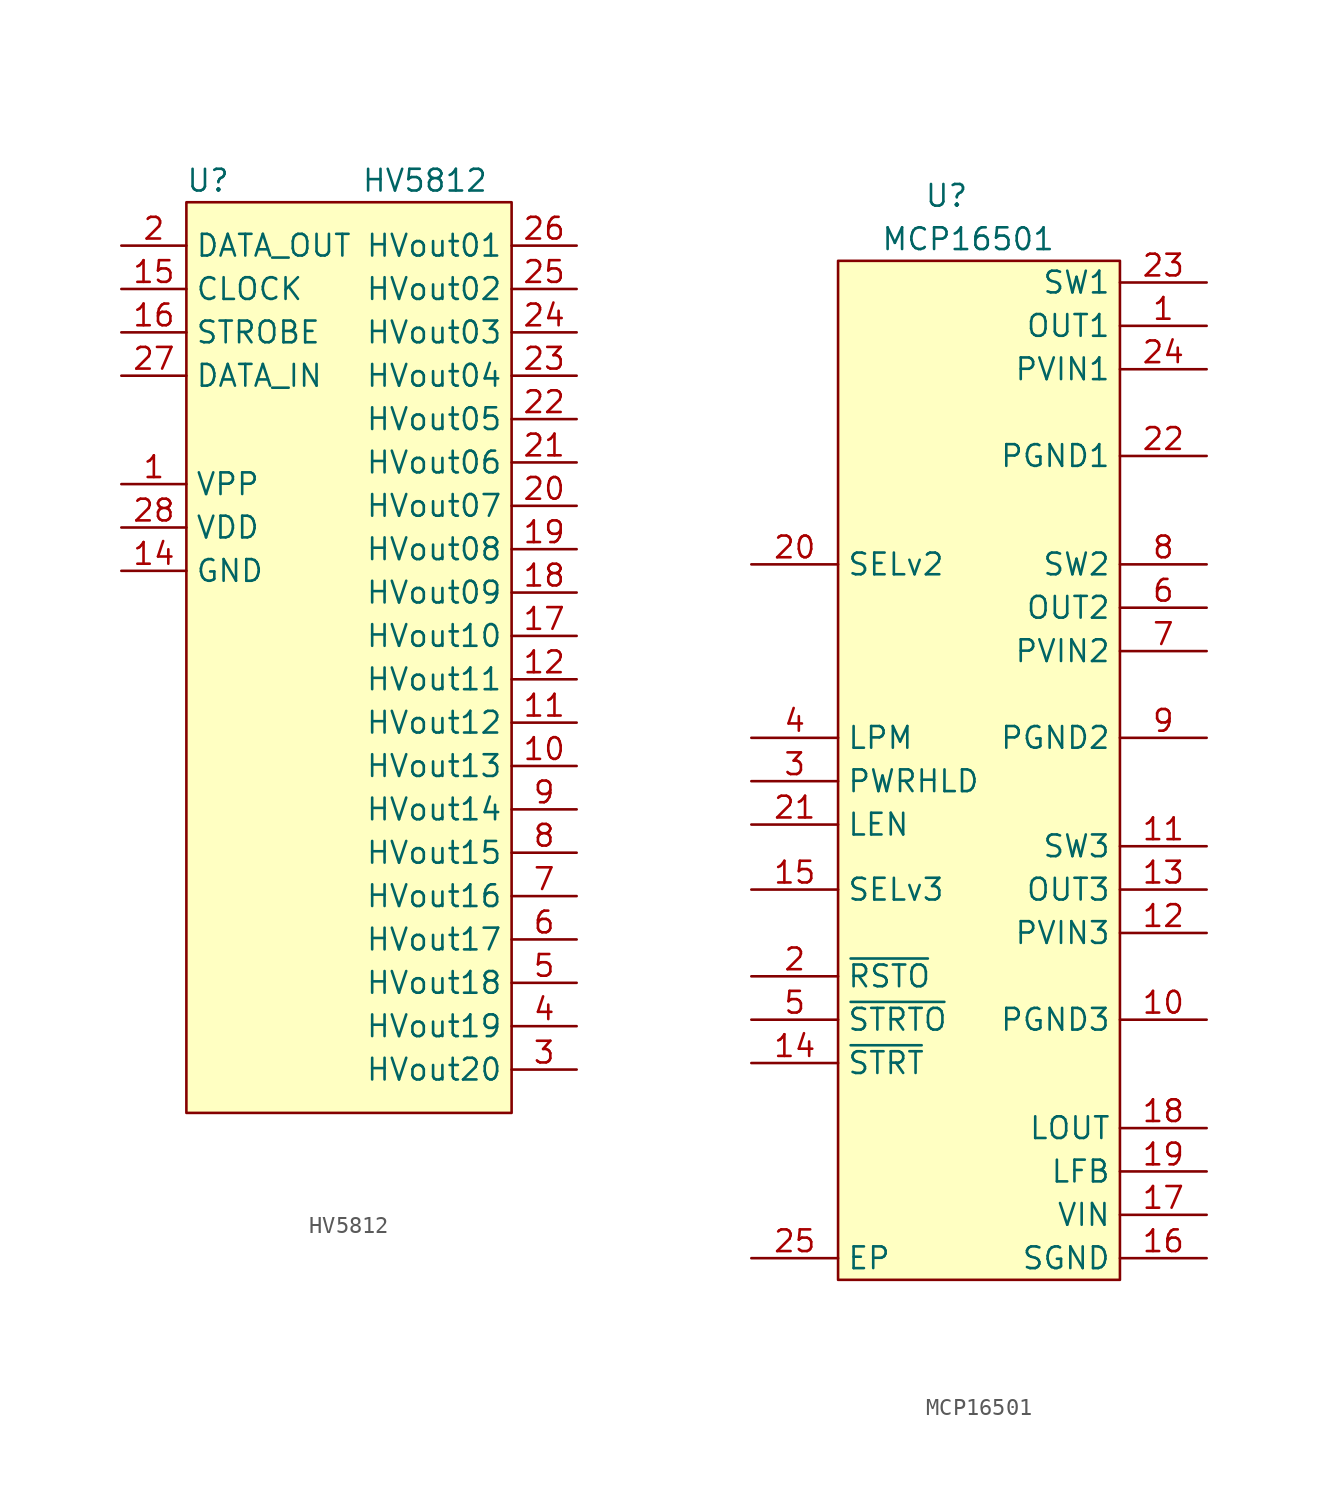
<source format=kicad_sym>
(kicad_symbol_lib
  (version 20211014)
  (generator kicad_symbol_editor)
  (symbol "HV5812"
    (property "Reference" "U"
      (at -8.89 1.27 0)
      (effects (font (size 1.27 1.27))))
    (property "Value" "HV5812"
      (at 3.81 1.27 0)
      (effects (font (size 1.27 1.27))))
    (symbol "HV5812_0_1"
      (rectangle (start -10.16 0) (end 8.89 -53.34) (stroke (width 0.152) (type default) (color 0 0 0 0)) (fill (type background))))
    (symbol "HV5812_1_1"
      (pin passive line (at -13.97 -16.51 0) (length 3.81) (name "VPP" (effects (font (size 1.27 1.27)))) (number "1" (effects (font (size 1.27 1.27)))))
      (pin passive line (at 12.7 -33.02 180) (length 3.81) (name "HVout13" (effects (font (size 1.27 1.27)))) (number "10" (effects (font (size 1.27 1.27)))))
      (pin passive line (at 12.7 -30.48 180) (length 3.81) (name "HVout12" (effects (font (size 1.27 1.27)))) (number "11" (effects (font (size 1.27 1.27)))))
      (pin passive line (at 12.7 -27.94 180) (length 3.81) (name "HVout11" (effects (font (size 1.27 1.27)))) (number "12" (effects (font (size 1.27 1.27)))))
      (pin passive line (at -13.97 -21.59 0) (length 3.81) (name "GND" (effects (font (size 1.27 1.27)))) (number "14" (effects (font (size 1.27 1.27)))))
      (pin passive line (at -13.97 -5.08 0) (length 3.81) (name "CLOCK" (effects (font (size 1.27 1.27)))) (number "15" (effects (font (size 1.27 1.27)))))
      (pin passive line (at -13.97 -7.62 0) (length 3.81) (name "STROBE" (effects (font (size 1.27 1.27)))) (number "16" (effects (font (size 1.27 1.27)))))
      (pin passive line (at 12.7 -25.4 180) (length 3.81) (name "HVout10" (effects (font (size 1.27 1.27)))) (number "17" (effects (font (size 1.27 1.27)))))
      (pin passive line (at 12.7 -22.86 180) (length 3.81) (name "HVout09" (effects (font (size 1.27 1.27)))) (number "18" (effects (font (size 1.27 1.27)))))
      (pin passive line (at 12.7 -20.32 180) (length 3.81) (name "HVout08" (effects (font (size 1.27 1.27)))) (number "19" (effects (font (size 1.27 1.27)))))
      (pin passive line (at -13.97 -2.54 0) (length 3.81) (name "DATA_OUT" (effects (font (size 1.27 1.27)))) (number "2" (effects (font (size 1.27 1.27)))))
      (pin passive line (at 12.7 -17.78 180) (length 3.81) (name "HVout07" (effects (font (size 1.27 1.27)))) (number "20" (effects (font (size 1.27 1.27)))))
      (pin passive line (at 12.7 -15.24 180) (length 3.81) (name "HVout06" (effects (font (size 1.27 1.27)))) (number "21" (effects (font (size 1.27 1.27)))))
      (pin passive line (at 12.7 -12.7 180) (length 3.81) (name "HVout05" (effects (font (size 1.27 1.27)))) (number "22" (effects (font (size 1.27 1.27)))))
      (pin passive line (at 12.7 -10.16 180) (length 3.81) (name "HVout04" (effects (font (size 1.27 1.27)))) (number "23" (effects (font (size 1.27 1.27)))))
      (pin passive line (at 12.7 -7.62 180) (length 3.81) (name "HVout03" (effects (font (size 1.27 1.27)))) (number "24" (effects (font (size 1.27 1.27)))))
      (pin passive line (at 12.7 -5.08 180) (length 3.81) (name "HVout02" (effects (font (size 1.27 1.27)))) (number "25" (effects (font (size 1.27 1.27)))))
      (pin passive line (at 12.7 -2.54 180) (length 3.81) (name "HVout01" (effects (font (size 1.27 1.27)))) (number "26" (effects (font (size 1.27 1.27)))))
      (pin passive line (at -13.97 -10.16 0) (length 3.81) (name "DATA_IN" (effects (font (size 1.27 1.27)))) (number "27" (effects (font (size 1.27 1.27)))))
      (pin passive line (at -13.97 -19.05 0) (length 3.81) (name "VDD" (effects (font (size 1.27 1.27)))) (number "28" (effects (font (size 1.27 1.27)))))
      (pin passive line (at 12.7 -50.8 180) (length 3.81) (name "HVout20" (effects (font (size 1.27 1.27)))) (number "3" (effects (font (size 1.27 1.27)))))
      (pin passive line (at 12.7 -48.26 180) (length 3.81) (name "HVout19" (effects (font (size 1.27 1.27)))) (number "4" (effects (font (size 1.27 1.27)))))
      (pin passive line (at 12.7 -45.72 180) (length 3.81) (name "HVout18" (effects (font (size 1.27 1.27)))) (number "5" (effects (font (size 1.27 1.27)))))
      (pin passive line (at 12.7 -43.18 180) (length 3.81) (name "HVout17" (effects (font (size 1.27 1.27)))) (number "6" (effects (font (size 1.27 1.27)))))
      (pin passive line (at 12.7 -40.64 180) (length 3.81) (name "HVout16" (effects (font (size 1.27 1.27)))) (number "7" (effects (font (size 1.27 1.27)))))
      (pin passive line (at 12.7 -38.1 180) (length 3.81) (name "HVout15" (effects (font (size 1.27 1.27)))) (number "8" (effects (font (size 1.27 1.27)))))
      (pin passive line (at 12.7 -35.56 180) (length 3.81) (name "HVout14" (effects (font (size 1.27 1.27)))) (number "9" (effects (font (size 1.27 1.27)))))))
  (symbol "MCP16501"
    (property "Reference" "U"
      (at -1.27 35.56 0)
      (effects (font (size 1.27 1.27))))
    (property "Value" "MCP16501"
      (at 0 33.02 0)
      (effects (font (size 1.27 1.27))))
    (symbol "MCP16501_0_1"
      (rectangle (start -7.62 31.75) (end 8.89 -27.94) (stroke (width 0.152) (type default) (color 0 0 0 0)) (fill (type background))))
    (symbol "MCP16501_1_0"
      (pin passive line (at 13.97 27.94 180) (length 5.08) (name "OUT1" (effects (font (size 1.27 1.27)))) (number "1" (effects (font (size 1.27 1.27)))))
      (pin passive line (at 13.97 -12.7 180) (length 5.08) (name "PGND3" (effects (font (size 1.27 1.27)))) (number "10" (effects (font (size 1.27 1.27)))))
      (pin passive line (at 13.97 -2.54 180) (length 5.08) (name "SW3" (effects (font (size 1.27 1.27)))) (number "11" (effects (font (size 1.27 1.27)))))
      (pin passive line (at 13.97 -7.62 180) (length 5.08) (name "PVIN3" (effects (font (size 1.27 1.27)))) (number "12" (effects (font (size 1.27 1.27)))))
      (pin passive line (at 13.97 -5.08 180) (length 5.08) (name "OUT3" (effects (font (size 1.27 1.27)))) (number "13" (effects (font (size 1.27 1.27)))))
      (pin passive line (at -12.7 -15.24 0) (length 5.08) (name "~{STRT}" (effects (font (size 1.27 1.27)))) (number "14" (effects (font (size 1.27 1.27)))))
      (pin passive line (at -12.7 -5.08 0) (length 5.08) (name "SELv3" (effects (font (size 1.27 1.27)))) (number "15" (effects (font (size 1.27 1.27)))))
      (pin passive line (at 13.97 -26.67 180) (length 5.08) (name "SGND" (effects (font (size 1.27 1.27)))) (number "16" (effects (font (size 1.27 1.27)))))
      (pin passive line (at 13.97 -24.13 180) (length 5.08) (name "VIN" (effects (font (size 1.27 1.27)))) (number "17" (effects (font (size 1.27 1.27)))))
      (pin passive line (at 13.97 -19.05 180) (length 5.08) (name "LOUT" (effects (font (size 1.27 1.27)))) (number "18" (effects (font (size 1.27 1.27)))))
      (pin passive line (at 13.97 -21.59 180) (length 5.08) (name "LFB" (effects (font (size 1.27 1.27)))) (number "19" (effects (font (size 1.27 1.27)))))
      (pin passive line (at -12.7 -10.16 0) (length 5.08) (name "~{RSTO}" (effects (font (size 1.27 1.27)))) (number "2" (effects (font (size 1.27 1.27)))))
      (pin passive line (at -12.7 13.97 0) (length 5.08) (name "SELv2" (effects (font (size 1.27 1.27)))) (number "20" (effects (font (size 1.27 1.27)))))
      (pin passive line (at -12.7 -1.27 0) (length 5.08) (name "LEN" (effects (font (size 1.27 1.27)))) (number "21" (effects (font (size 1.27 1.27)))))
      (pin passive line (at 13.97 20.32 180) (length 5.08) (name "PGND1" (effects (font (size 1.27 1.27)))) (number "22" (effects (font (size 1.27 1.27)))))
      (pin passive line (at 13.97 30.48 180) (length 5.08) (name "SW1" (effects (font (size 1.27 1.27)))) (number "23" (effects (font (size 1.27 1.27)))))
      (pin passive line (at 13.97 25.4 180) (length 5.08) (name "PVIN1" (effects (font (size 1.27 1.27)))) (number "24" (effects (font (size 1.27 1.27)))))
      (pin passive line (at -12.7 -26.67 0) (length 5.08) (name "EP" (effects (font (size 1.27 1.27)))) (number "25" (effects (font (size 1.27 1.27)))))
      (pin passive line (at -12.7 1.27 0) (length 5.08) (name "PWRHLD" (effects (font (size 1.27 1.27)))) (number "3" (effects (font (size 1.27 1.27)))))
      (pin passive line (at -12.7 3.81 0) (length 5.08) (name "LPM" (effects (font (size 1.27 1.27)))) (number "4" (effects (font (size 1.27 1.27)))))
      (pin passive line (at -12.7 -12.7 0) (length 5.08) (name "~{STRTO}" (effects (font (size 1.27 1.27)))) (number "5" (effects (font (size 1.27 1.27)))))
      (pin passive line (at 13.97 11.43 180) (length 5.08) (name "OUT2" (effects (font (size 1.27 1.27)))) (number "6" (effects (font (size 1.27 1.27)))))
      (pin passive line (at 13.97 8.89 180) (length 5.08) (name "PVIN2" (effects (font (size 1.27 1.27)))) (number "7" (effects (font (size 1.27 1.27)))))
      (pin passive line (at 13.97 13.97 180) (length 5.08) (name "SW2" (effects (font (size 1.27 1.27)))) (number "8" (effects (font (size 1.27 1.27)))))
      (pin passive line (at 13.97 3.81 180) (length 5.08) (name "PGND2" (effects (font (size 1.27 1.27)))) (number "9" (effects (font (size 1.27 1.27))))))))
</source>
